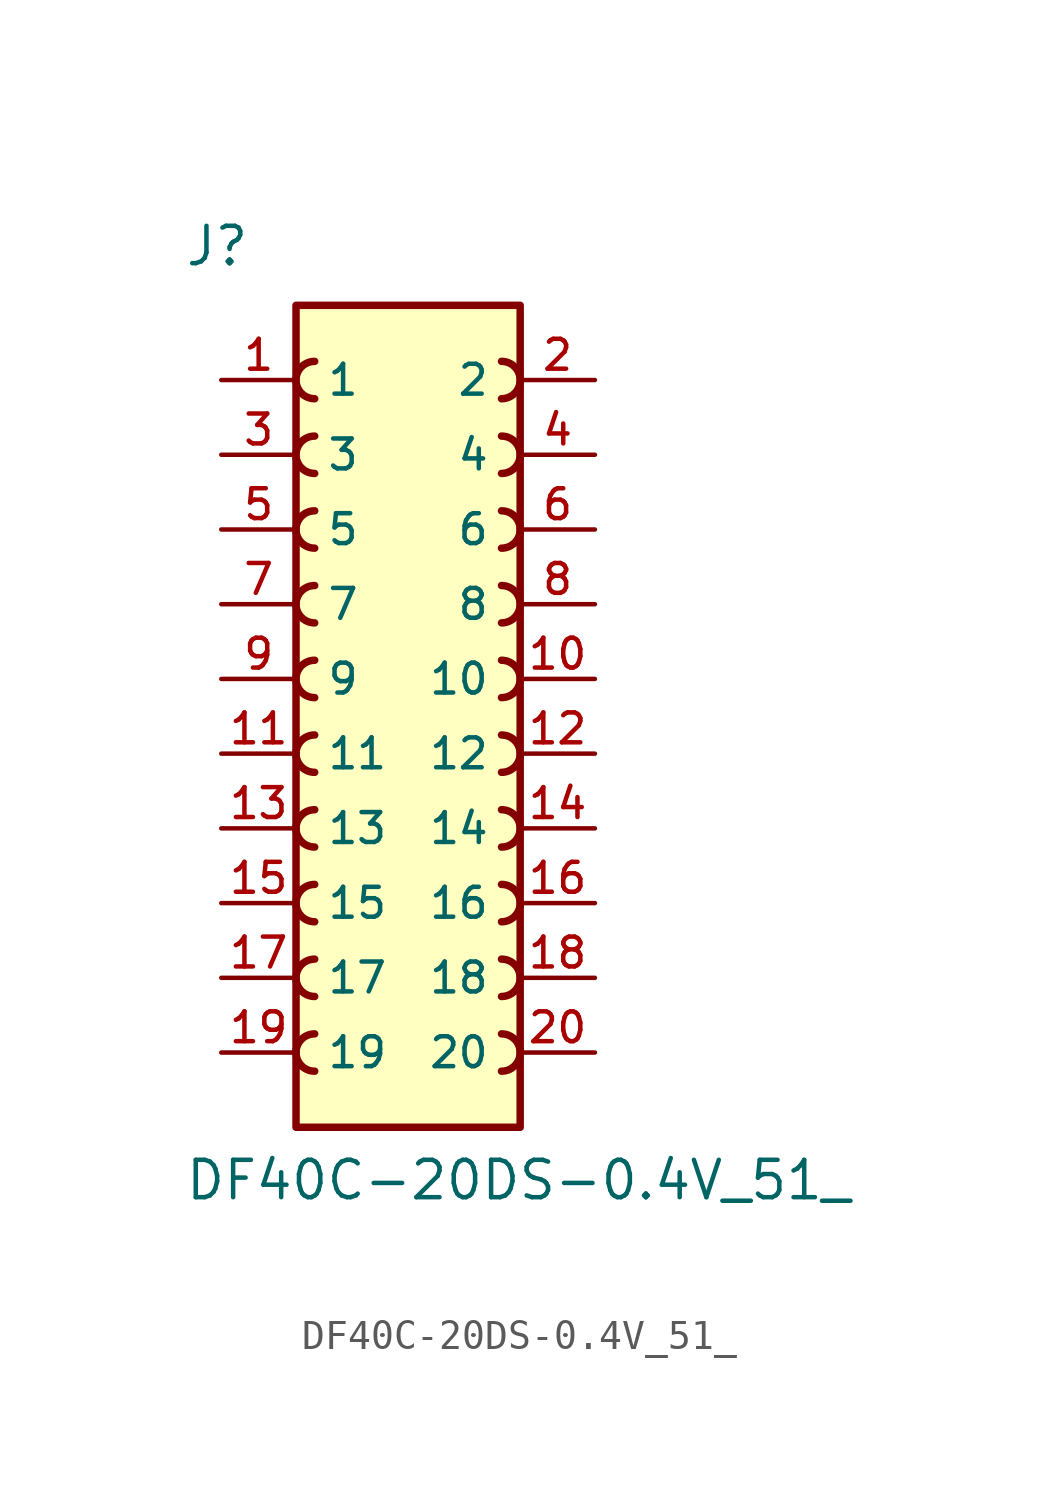
<source format=kicad_sym>
(kicad_symbol_lib
  (version 20241209)
  (generator "kicad_symbol_editor")
  (generator_version "9.0")
  (symbol "DF40C-20DS-0.4V_51_"
    (pin_names
      (offset 1.016))
    (property "Reference" "J"
      (at -7.62 13.97 0)
      (effects (font (size 1.27 1.27)) (justify left bottom)))
    (property "Value" "DF40C-20DS-0.4V_51_"
      (at -7.62 -17.78 0)
      (effects (font (size 1.27 1.27)) (justify left bottom)))
    (symbol "DF40C-20DS-0.4V_51__0_0"
      (rectangle (start -3.81 12.7) (end 3.81 -15.24) (stroke (width 0.254) (type default)) (fill (type background)))
      (arc (start -3.175 9.525) (mid -3.8072 10.16) (end -3.175 10.795) (stroke (width 0.254) (type default)) (fill (type none)))
      (arc (start -3.175 6.985) (mid -3.8072 7.62) (end -3.175 8.255) (stroke (width 0.254) (type default)) (fill (type none)))
      (arc (start -3.175 4.445) (mid -3.8072 5.08) (end -3.175 5.715) (stroke (width 0.254) (type default)) (fill (type none)))
      (arc (start -3.175 1.905) (mid -3.8072 2.54) (end -3.175 3.175) (stroke (width 0.254) (type default)) (fill (type none)))
      (arc (start -3.175 -0.635) (mid -3.8072 0) (end -3.175 0.635) (stroke (width 0.254) (type default)) (fill (type none)))
      (arc (start -3.175 -3.175) (mid -3.8072 -2.54) (end -3.175 -1.905) (stroke (width 0.254) (type default)) (fill (type none)))
      (arc (start -3.175 -5.715) (mid -3.8072 -5.08) (end -3.175 -4.445) (stroke (width 0.254) (type default)) (fill (type none)))
      (arc (start -3.175 -8.255) (mid -3.8072 -7.62) (end -3.175 -6.985) (stroke (width 0.254) (type default)) (fill (type none)))
      (arc (start -3.175 -10.795) (mid -3.8072 -10.16) (end -3.175 -9.525) (stroke (width 0.254) (type default)) (fill (type none)))
      (arc (start -3.175 -13.335) (mid -3.8072 -12.7) (end -3.175 -12.065) (stroke (width 0.254) (type default)) (fill (type none)))
      (arc (start 3.175 10.795) (mid 3.8072 10.16) (end 3.175 9.525) (stroke (width 0.254) (type default)) (fill (type none)))
      (arc (start 3.175 8.255) (mid 3.8072 7.62) (end 3.175 6.985) (stroke (width 0.254) (type default)) (fill (type none)))
      (arc (start 3.175 5.715) (mid 3.8072 5.08) (end 3.175 4.445) (stroke (width 0.254) (type default)) (fill (type none)))
      (arc (start 3.175 3.175) (mid 3.8072 2.54) (end 3.175 1.905) (stroke (width 0.254) (type default)) (fill (type none)))
      (arc (start 3.175 0.635) (mid 3.8072 0) (end 3.175 -0.635) (stroke (width 0.254) (type default)) (fill (type none)))
      (arc (start 3.175 -1.905) (mid 3.8072 -2.54) (end 3.175 -3.175) (stroke (width 0.254) (type default)) (fill (type none)))
      (arc (start 3.175 -4.445) (mid 3.8072 -5.08) (end 3.175 -5.715) (stroke (width 0.254) (type default)) (fill (type none)))
      (arc (start 3.175 -6.985) (mid 3.8072 -7.62) (end 3.175 -8.255) (stroke (width 0.254) (type default)) (fill (type none)))
      (arc (start 3.175 -9.525) (mid 3.8072 -10.16) (end 3.175 -10.795) (stroke (width 0.254) (type default)) (fill (type none)))
      (arc (start 3.175 -12.065) (mid 3.8072 -12.7) (end 3.175 -13.335) (stroke (width 0.254) (type default)) (fill (type none)))
      (pin passive line (at -6.35 10.16 0) (length 2.54) (name "1" (effects (font (size 1.016 1.016)))) (number "1" (effects (font (size 1.016 1.016)))))
      (pin passive line (at -6.35 7.62 0) (length 2.54) (name "3" (effects (font (size 1.016 1.016)))) (number "3" (effects (font (size 1.016 1.016)))))
      (pin passive line (at -6.35 5.08 0) (length 2.54) (name "5" (effects (font (size 1.016 1.016)))) (number "5" (effects (font (size 1.016 1.016)))))
      (pin passive line (at -6.35 2.54 0) (length 2.54) (name "7" (effects (font (size 1.016 1.016)))) (number "7" (effects (font (size 1.016 1.016)))))
      (pin passive line (at -6.35 0 0) (length 2.54) (name "9" (effects (font (size 1.016 1.016)))) (number "9" (effects (font (size 1.016 1.016)))))
      (pin passive line (at -6.35 -2.54 0) (length 2.54) (name "11" (effects (font (size 1.016 1.016)))) (number "11" (effects (font (size 1.016 1.016)))))
      (pin passive line (at -6.35 -5.08 0) (length 2.54) (name "13" (effects (font (size 1.016 1.016)))) (number "13" (effects (font (size 1.016 1.016)))))
      (pin passive line (at -6.35 -7.62 0) (length 2.54) (name "15" (effects (font (size 1.016 1.016)))) (number "15" (effects (font (size 1.016 1.016)))))
      (pin passive line (at -6.35 -10.16 0) (length 2.54) (name "17" (effects (font (size 1.016 1.016)))) (number "17" (effects (font (size 1.016 1.016)))))
      (pin passive line (at -6.35 -12.7 0) (length 2.54) (name "19" (effects (font (size 1.016 1.016)))) (number "19" (effects (font (size 1.016 1.016)))))
      (pin passive line (at 6.35 10.16 180) (length 2.54) (name "2" (effects (font (size 1.016 1.016)))) (number "2" (effects (font (size 1.016 1.016)))))
      (pin passive line (at 6.35 7.62 180) (length 2.54) (name "4" (effects (font (size 1.016 1.016)))) (number "4" (effects (font (size 1.016 1.016)))))
      (pin passive line (at 6.35 5.08 180) (length 2.54) (name "6" (effects (font (size 1.016 1.016)))) (number "6" (effects (font (size 1.016 1.016)))))
      (pin passive line (at 6.35 2.54 180) (length 2.54) (name "8" (effects (font (size 1.016 1.016)))) (number "8" (effects (font (size 1.016 1.016)))))
      (pin passive line (at 6.35 0 180) (length 2.54) (name "10" (effects (font (size 1.016 1.016)))) (number "10" (effects (font (size 1.016 1.016)))))
      (pin passive line (at 6.35 -2.54 180) (length 2.54) (name "12" (effects (font (size 1.016 1.016)))) (number "12" (effects (font (size 1.016 1.016)))))
      (pin passive line (at 6.35 -5.08 180) (length 2.54) (name "14" (effects (font (size 1.016 1.016)))) (number "14" (effects (font (size 1.016 1.016)))))
      (pin passive line (at 6.35 -7.62 180) (length 2.54) (name "16" (effects (font (size 1.016 1.016)))) (number "16" (effects (font (size 1.016 1.016)))))
      (pin passive line (at 6.35 -10.16 180) (length 2.54) (name "18" (effects (font (size 1.016 1.016)))) (number "18" (effects (font (size 1.016 1.016)))))
      (pin passive line (at 6.35 -12.7 180) (length 2.54) (name "20" (effects (font (size 1.016 1.016)))) (number "20" (effects (font (size 1.016 1.016))))))))
</source>
